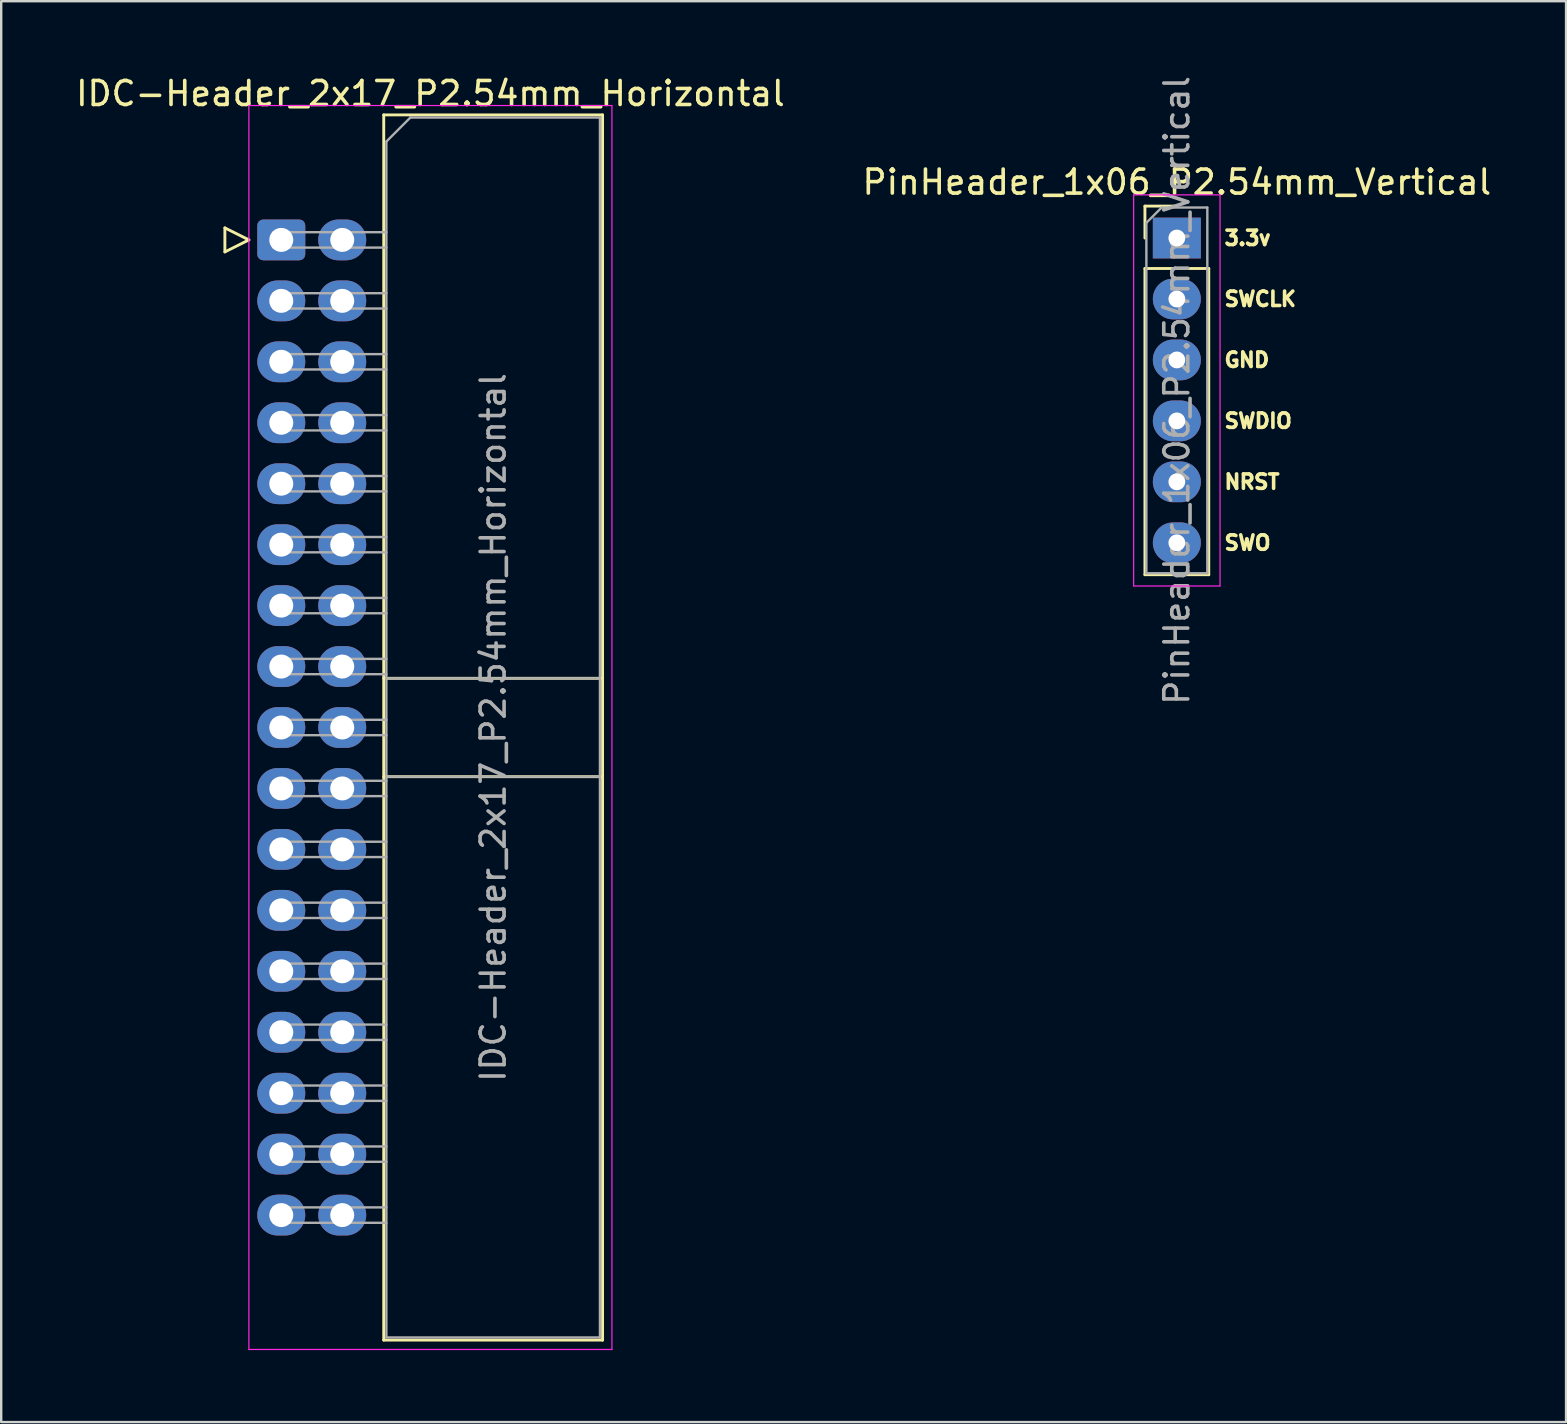
<source format=kicad_pcb>
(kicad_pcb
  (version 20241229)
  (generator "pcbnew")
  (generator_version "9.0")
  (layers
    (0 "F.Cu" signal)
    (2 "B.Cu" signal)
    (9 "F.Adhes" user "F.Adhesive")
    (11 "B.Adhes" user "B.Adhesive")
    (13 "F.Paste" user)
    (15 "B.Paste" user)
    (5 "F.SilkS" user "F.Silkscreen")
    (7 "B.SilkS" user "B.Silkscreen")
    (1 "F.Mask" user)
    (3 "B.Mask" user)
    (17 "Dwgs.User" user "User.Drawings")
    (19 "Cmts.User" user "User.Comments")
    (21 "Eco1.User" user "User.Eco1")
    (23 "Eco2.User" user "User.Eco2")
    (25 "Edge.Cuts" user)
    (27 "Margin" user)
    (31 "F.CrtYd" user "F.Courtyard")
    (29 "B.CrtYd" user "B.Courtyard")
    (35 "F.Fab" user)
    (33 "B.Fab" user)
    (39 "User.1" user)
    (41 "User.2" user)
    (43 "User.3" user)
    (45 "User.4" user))
  (footprint "PinHeader_1x06_P2.54mm_Vertical"
    (layer "F.Cu")
    (at 45.994 6.87)
    (property "Reference" "PinHeader_1x06_P2.54mm_Vertical" (at 0 -2.33 0) (layer "F.SilkS") (effects (font (size 1 1) (thickness 0.15))))
    (attr through_hole)
    (fp_line (start -1.33 -1.33) (end 0 -1.33) (stroke (width 0.12) (type solid)) (layer "F.SilkS"))
    (fp_line (start -1.33 0) (end -1.33 -1.33) (stroke (width 0.12) (type solid)) (layer "F.SilkS"))
    (fp_line (start -1.33 1.27) (end -1.33 14.03) (stroke (width 0.12) (type solid)) (layer "F.SilkS"))
    (fp_line (start -1.33 1.27) (end 1.33 1.27) (stroke (width 0.12) (type solid)) (layer "F.SilkS"))
    (fp_line (start -1.33 14.03) (end 1.33 14.03) (stroke (width 0.12) (type solid)) (layer "F.SilkS"))
    (fp_line (start 1.33 1.27) (end 1.33 14.03) (stroke (width 0.12) (type solid)) (layer "F.SilkS"))
    (fp_line (start -1.8 -1.8) (end -1.8 14.5) (stroke (width 0.05) (type solid)) (layer "F.CrtYd"))
    (fp_line (start -1.8 14.5) (end 1.8 14.5) (stroke (width 0.05) (type solid)) (layer "F.CrtYd"))
    (fp_line (start 1.8 -1.8) (end -1.8 -1.8) (stroke (width 0.05) (type solid)) (layer "F.CrtYd"))
    (fp_line (start 1.8 14.5) (end 1.8 -1.8) (stroke (width 0.05) (type solid)) (layer "F.CrtYd"))
    (fp_line (start -1.27 -0.635) (end -0.635 -1.27) (stroke (width 0.1) (type solid)) (layer "F.Fab"))
    (fp_line (start -1.27 13.97) (end -1.27 -0.635) (stroke (width 0.1) (type solid)) (layer "F.Fab"))
    (fp_line (start -0.635 -1.27) (end 1.27 -1.27) (stroke (width 0.1) (type solid)) (layer "F.Fab"))
    (fp_line (start 1.27 -1.27) (end 1.27 13.97) (stroke (width 0.1) (type solid)) (layer "F.Fab"))
    (fp_line (start 1.27 13.97) (end -1.27 13.97) (stroke (width 0.1) (type solid)) (layer "F.Fab"))
    (fp_text user "3.3v" (at 1.905 0 180) (layer "F.SilkS") (effects (font (size 0.6 0.6) (thickness 0.15)) (justify left)))
    (fp_text user "GND" (at 1.905 5.08 180) (layer "F.SilkS") (effects (font (size 0.6 0.6) (thickness 0.15)) (justify left)))
    (fp_text user "SWDIO" (at 1.905 7.62 180) (layer "F.SilkS") (effects (font (size 0.6 0.6) (thickness 0.15)) (justify left)))
    (fp_text user "SWO" (at 1.905 12.7 0) (layer "F.SilkS") (effects (font (size 0.6 0.6) (thickness 0.15)) (justify left)))
    (fp_text user "SWCLK" (at 1.905 2.54 180) (layer "F.SilkS") (effects (font (size 0.6 0.6) (thickness 0.15)) (justify left)))
    (fp_text user "NRST" (at 1.905 10.16 180) (layer "F.SilkS") (effects (font (size 0.6 0.6) (thickness 0.15)) (justify left)))
    (fp_text user "${REFERENCE}" (at 0 6.35 270) (layer "F.Fab") (effects (font (size 1 1) (thickness 0.15))))
    (pad "1" thru_hole rect (at 0 0) (size 2 1.7) (drill 0.7) (layers "*.Cu" "*.Mask"))
    (pad "2" thru_hole oval (at 0 2.54) (size 2 1.7) (drill 0.7) (layers "*.Cu" "*.Mask"))
    (pad "3" thru_hole oval (at 0 5.08) (size 2 1.7) (drill 0.7) (layers "*.Cu" "*.Mask"))
    (pad "4" thru_hole oval (at 0 7.62) (size 2 1.7) (drill 0.7) (layers "*.Cu" "*.Mask"))
    (pad "5" thru_hole oval (at 0 10.16) (size 2 1.7) (drill 0.7) (layers "*.Cu" "*.Mask"))
    (pad "6" thru_hole oval (at 0 12.7) (size 2 1.7) (drill 0.7) (layers "*.Cu" "*.Mask")))
  (footprint "IDC-Header_2x17_P2.54mm_Horizontal"
    (layer "F.Cu")
    (at 8.672 6.948)
    (property "Reference" "IDC-Header_2x17_P2.54mm_Horizontal" (at 6.215 -6.1 0) (layer "F.SilkS") (effects (font (size 1 1) (thickness 0.15))))
    (attr through_hole)
    (fp_line (start -2.35 -0.5) (end -2.35 0.5) (stroke (width 0.12) (type solid)) (layer "F.SilkS"))
    (fp_line (start -2.35 0.5) (end -1.35 0) (stroke (width 0.12) (type solid)) (layer "F.SilkS"))
    (fp_line (start -1.35 0) (end -2.35 -0.5) (stroke (width 0.12) (type solid)) (layer "F.SilkS"))
    (fp_line (start 4.27 -5.21) (end 13.39 -5.21) (stroke (width 0.12) (type solid)) (layer "F.SilkS"))
    (fp_line (start 4.27 18.27) (end 13.39 18.27) (stroke (width 0.12) (type solid)) (layer "F.SilkS"))
    (fp_line (start 4.27 22.37) (end 13.39 22.37) (stroke (width 0.12) (type solid)) (layer "F.SilkS"))
    (fp_line (start 4.27 45.85) (end 4.27 -5.21) (stroke (width 0.12) (type solid)) (layer "F.SilkS"))
    (fp_line (start 13.39 -5.21) (end 13.39 45.85) (stroke (width 0.12) (type solid)) (layer "F.SilkS"))
    (fp_line (start 13.39 45.85) (end 4.27 45.85) (stroke (width 0.12) (type solid)) (layer "F.SilkS"))
    (fp_line (start -1.35 -5.6) (end -1.35 46.24) (stroke (width 0.05) (type solid)) (layer "F.CrtYd"))
    (fp_line (start -1.35 46.24) (end 13.78 46.24) (stroke (width 0.05) (type solid)) (layer "F.CrtYd"))
    (fp_line (start 13.78 -5.6) (end -1.35 -5.6) (stroke (width 0.05) (type solid)) (layer "F.CrtYd"))
    (fp_line (start 13.78 46.24) (end 13.78 -5.6) (stroke (width 0.05) (type solid)) (layer "F.CrtYd"))
    (fp_line (start -0.32 -0.32) (end -0.32 0.32) (stroke (width 0.1) (type solid)) (layer "F.Fab"))
    (fp_line (start -0.32 0.32) (end 4.38 0.32) (stroke (width 0.1) (type solid)) (layer "F.Fab"))
    (fp_line (start -0.32 2.22) (end -0.32 2.86) (stroke (width 0.1) (type solid)) (layer "F.Fab"))
    (fp_line (start -0.32 2.86) (end 4.38 2.86) (stroke (width 0.1) (type solid)) (layer "F.Fab"))
    (fp_line (start -0.32 4.76) (end -0.32 5.4) (stroke (width 0.1) (type solid)) (layer "F.Fab"))
    (fp_line (start -0.32 5.4) (end 4.38 5.4) (stroke (width 0.1) (type solid)) (layer "F.Fab"))
    (fp_line (start -0.32 7.3) (end -0.32 7.94) (stroke (width 0.1) (type solid)) (layer "F.Fab"))
    (fp_line (start -0.32 7.94) (end 4.38 7.94) (stroke (width 0.1) (type solid)) (layer "F.Fab"))
    (fp_line (start -0.32 9.84) (end -0.32 10.48) (stroke (width 0.1) (type solid)) (layer "F.Fab"))
    (fp_line (start -0.32 10.48) (end 4.38 10.48) (stroke (width 0.1) (type solid)) (layer "F.Fab"))
    (fp_line (start -0.32 12.38) (end -0.32 13.02) (stroke (width 0.1) (type solid)) (layer "F.Fab"))
    (fp_line (start -0.32 13.02) (end 4.38 13.02) (stroke (width 0.1) (type solid)) (layer "F.Fab"))
    (fp_line (start -0.32 14.92) (end -0.32 15.56) (stroke (width 0.1) (type solid)) (layer "F.Fab"))
    (fp_line (start -0.32 15.56) (end 4.38 15.56) (stroke (width 0.1) (type solid)) (layer "F.Fab"))
    (fp_line (start -0.32 17.46) (end -0.32 18.1) (stroke (width 0.1) (type solid)) (layer "F.Fab"))
    (fp_line (start -0.32 18.1) (end 4.38 18.1) (stroke (width 0.1) (type solid)) (layer "F.Fab"))
    (fp_line (start -0.32 20) (end -0.32 20.64) (stroke (width 0.1) (type solid)) (layer "F.Fab"))
    (fp_line (start -0.32 20.64) (end 4.38 20.64) (stroke (width 0.1) (type solid)) (layer "F.Fab"))
    (fp_line (start -0.32 22.54) (end -0.32 23.18) (stroke (width 0.1) (type solid)) (layer "F.Fab"))
    (fp_line (start -0.32 23.18) (end 4.38 23.18) (stroke (width 0.1) (type solid)) (layer "F.Fab"))
    (fp_line (start -0.32 25.08) (end -0.32 25.72) (stroke (width 0.1) (type solid)) (layer "F.Fab"))
    (fp_line (start -0.32 25.72) (end 4.38 25.72) (stroke (width 0.1) (type solid)) (layer "F.Fab"))
    (fp_line (start -0.32 27.62) (end -0.32 28.26) (stroke (width 0.1) (type solid)) (layer "F.Fab"))
    (fp_line (start -0.32 28.26) (end 4.38 28.26) (stroke (width 0.1) (type solid)) (layer "F.Fab"))
    (fp_line (start -0.32 30.16) (end -0.32 30.8) (stroke (width 0.1) (type solid)) (layer "F.Fab"))
    (fp_line (start -0.32 30.8) (end 4.38 30.8) (stroke (width 0.1) (type solid)) (layer "F.Fab"))
    (fp_line (start -0.32 32.7) (end -0.32 33.34) (stroke (width 0.1) (type solid)) (layer "F.Fab"))
    (fp_line (start -0.32 33.34) (end 4.38 33.34) (stroke (width 0.1) (type solid)) (layer "F.Fab"))
    (fp_line (start -0.32 35.24) (end -0.32 35.88) (stroke (width 0.1) (type solid)) (layer "F.Fab"))
    (fp_line (start -0.32 35.88) (end 4.38 35.88) (stroke (width 0.1) (type solid)) (layer "F.Fab"))
    (fp_line (start -0.32 37.78) (end -0.32 38.42) (stroke (width 0.1) (type solid)) (layer "F.Fab"))
    (fp_line (start -0.32 38.42) (end 4.38 38.42) (stroke (width 0.1) (type solid)) (layer "F.Fab"))
    (fp_line (start -0.32 40.32) (end -0.32 40.96) (stroke (width 0.1) (type solid)) (layer "F.Fab"))
    (fp_line (start -0.32 40.96) (end 4.38 40.96) (stroke (width 0.1) (type solid)) (layer "F.Fab"))
    (fp_line (start 4.38 -4.1) (end 5.38 -5.1) (stroke (width 0.1) (type solid)) (layer "F.Fab"))
    (fp_line (start 4.38 -0.32) (end -0.32 -0.32) (stroke (width 0.1) (type solid)) (layer "F.Fab"))
    (fp_line (start 4.38 2.22) (end -0.32 2.22) (stroke (width 0.1) (type solid)) (layer "F.Fab"))
    (fp_line (start 4.38 4.76) (end -0.32 4.76) (stroke (width 0.1) (type solid)) (layer "F.Fab"))
    (fp_line (start 4.38 7.3) (end -0.32 7.3) (stroke (width 0.1) (type solid)) (layer "F.Fab"))
    (fp_line (start 4.38 9.84) (end -0.32 9.84) (stroke (width 0.1) (type solid)) (layer "F.Fab"))
    (fp_line (start 4.38 12.38) (end -0.32 12.38) (stroke (width 0.1) (type solid)) (layer "F.Fab"))
    (fp_line (start 4.38 14.92) (end -0.32 14.92) (stroke (width 0.1) (type solid)) (layer "F.Fab"))
    (fp_line (start 4.38 17.46) (end -0.32 17.46) (stroke (width 0.1) (type solid)) (layer "F.Fab"))
    (fp_line (start 4.38 18.27) (end 13.28 18.27) (stroke (width 0.1) (type solid)) (layer "F.Fab"))
    (fp_line (start 4.38 20) (end -0.32 20) (stroke (width 0.1) (type solid)) (layer "F.Fab"))
    (fp_line (start 4.38 22.37) (end 13.28 22.37) (stroke (width 0.1) (type solid)) (layer "F.Fab"))
    (fp_line (start 4.38 22.54) (end -0.32 22.54) (stroke (width 0.1) (type solid)) (layer "F.Fab"))
    (fp_line (start 4.38 25.08) (end -0.32 25.08) (stroke (width 0.1) (type solid)) (layer "F.Fab"))
    (fp_line (start 4.38 27.62) (end -0.32 27.62) (stroke (width 0.1) (type solid)) (layer "F.Fab"))
    (fp_line (start 4.38 30.16) (end -0.32 30.16) (stroke (width 0.1) (type solid)) (layer "F.Fab"))
    (fp_line (start 4.38 32.7) (end -0.32 32.7) (stroke (width 0.1) (type solid)) (layer "F.Fab"))
    (fp_line (start 4.38 35.24) (end -0.32 35.24) (stroke (width 0.1) (type solid)) (layer "F.Fab"))
    (fp_line (start 4.38 37.78) (end -0.32 37.78) (stroke (width 0.1) (type solid)) (layer "F.Fab"))
    (fp_line (start 4.38 40.32) (end -0.32 40.32) (stroke (width 0.1) (type solid)) (layer "F.Fab"))
    (fp_line (start 4.38 45.74) (end 4.38 -4.1) (stroke (width 0.1) (type solid)) (layer "F.Fab"))
    (fp_line (start 5.38 -5.1) (end 13.28 -5.1) (stroke (width 0.1) (type solid)) (layer "F.Fab"))
    (fp_line (start 13.28 -5.1) (end 13.28 45.74) (stroke (width 0.1) (type solid)) (layer "F.Fab"))
    (fp_line (start 13.28 45.74) (end 4.38 45.74) (stroke (width 0.1) (type solid)) (layer "F.Fab"))
    (fp_text user "${REFERENCE}" (at 8.83 20.32 270) (layer "F.Fab") (effects (font (size 1 1) (thickness 0.15))))
    (pad "1" thru_hole roundrect (at 0 0) (size 2 1.7) (drill 1) (layers "*.Cu" "*.Mask") (roundrect_rratio 0.147))
    (pad "2" thru_hole oval (at 2.54 0) (size 2 1.7) (drill 1) (layers "*.Cu" "*.Mask"))
    (pad "3" thru_hole oval (at 0 2.54) (size 2 1.7) (drill 1) (layers "*.Cu" "*.Mask"))
    (pad "4" thru_hole oval (at 2.54 2.54) (size 2 1.7) (drill 1) (layers "*.Cu" "*.Mask"))
    (pad "5" thru_hole oval (at 0 5.08) (size 2 1.7) (drill 1) (layers "*.Cu" "*.Mask"))
    (pad "6" thru_hole oval (at 2.54 5.08) (size 2 1.7) (drill 1) (layers "*.Cu" "*.Mask"))
    (pad "7" thru_hole oval (at 0 7.62) (size 2 1.7) (drill 1) (layers "*.Cu" "*.Mask"))
    (pad "8" thru_hole oval (at 2.54 7.62) (size 2 1.7) (drill 1) (layers "*.Cu" "*.Mask"))
    (pad "9" thru_hole oval (at 0 10.16) (size 2 1.7) (drill 1) (layers "*.Cu" "*.Mask"))
    (pad "10" thru_hole oval (at 2.54 10.16) (size 2 1.7) (drill 1) (layers "*.Cu" "*.Mask"))
    (pad "11" thru_hole oval (at 0 12.7) (size 2 1.7) (drill 1) (layers "*.Cu" "*.Mask"))
    (pad "12" thru_hole oval (at 2.54 12.7) (size 2 1.7) (drill 1) (layers "*.Cu" "*.Mask"))
    (pad "13" thru_hole oval (at 0 15.24) (size 2 1.7) (drill 1) (layers "*.Cu" "*.Mask"))
    (pad "14" thru_hole oval (at 2.54 15.24) (size 2 1.7) (drill 1) (layers "*.Cu" "*.Mask"))
    (pad "15" thru_hole oval (at 0 17.78) (size 2 1.7) (drill 1) (layers "*.Cu" "*.Mask"))
    (pad "16" thru_hole oval (at 2.54 17.78) (size 2 1.7) (drill 1) (layers "*.Cu" "*.Mask"))
    (pad "17" thru_hole oval (at 0 20.32) (size 2 1.7) (drill 1) (layers "*.Cu" "*.Mask"))
    (pad "18" thru_hole oval (at 2.54 20.32) (size 2 1.7) (drill 1) (layers "*.Cu" "*.Mask"))
    (pad "19" thru_hole oval (at 0 22.86) (size 2 1.7) (drill 1) (layers "*.Cu" "*.Mask"))
    (pad "20" thru_hole oval (at 2.54 22.86) (size 2 1.7) (drill 1) (layers "*.Cu" "*.Mask"))
    (pad "21" thru_hole oval (at 0 25.4) (size 2 1.7) (drill 1) (layers "*.Cu" "*.Mask"))
    (pad "22" thru_hole oval (at 2.54 25.4) (size 2 1.7) (drill 1) (layers "*.Cu" "*.Mask"))
    (pad "23" thru_hole oval (at 0 27.94) (size 2 1.7) (drill 1) (layers "*.Cu" "*.Mask"))
    (pad "24" thru_hole oval (at 2.54 27.94) (size 2 1.7) (drill 1) (layers "*.Cu" "*.Mask"))
    (pad "25" thru_hole oval (at 0 30.48) (size 2 1.7) (drill 1) (layers "*.Cu" "*.Mask"))
    (pad "26" thru_hole oval (at 2.54 30.48) (size 2 1.7) (drill 1) (layers "*.Cu" "*.Mask"))
    (pad "27" thru_hole oval (at 0 33.02) (size 2 1.7) (drill 1) (layers "*.Cu" "*.Mask"))
    (pad "28" thru_hole oval (at 2.54 33.02) (size 2 1.7) (drill 1) (layers "*.Cu" "*.Mask"))
    (pad "29" thru_hole oval (at 0 35.56) (size 2 1.7) (drill 1) (layers "*.Cu" "*.Mask"))
    (pad "30" thru_hole oval (at 2.54 35.56) (size 2 1.7) (drill 1) (layers "*.Cu" "*.Mask"))
    (pad "31" thru_hole oval (at 0 38.1) (size 2 1.7) (drill 1) (layers "*.Cu" "*.Mask"))
    (pad "32" thru_hole oval (at 2.54 38.1) (size 2 1.7) (drill 1) (layers "*.Cu" "*.Mask"))
    (pad "33" thru_hole oval (at 0 40.64) (size 2 1.7) (drill 1) (layers "*.Cu" "*.Mask"))
    (pad "34" thru_hole oval (at 2.54 40.64) (size 2 1.7) (drill 1) (layers "*.Cu" "*.Mask")))
  (gr_rect
    (start -3 -3)
    (end 62.214 56.213)
    (stroke (width 0.1) (type default))
    (fill no)
    (layer "Edge.Cuts")))
</source>
